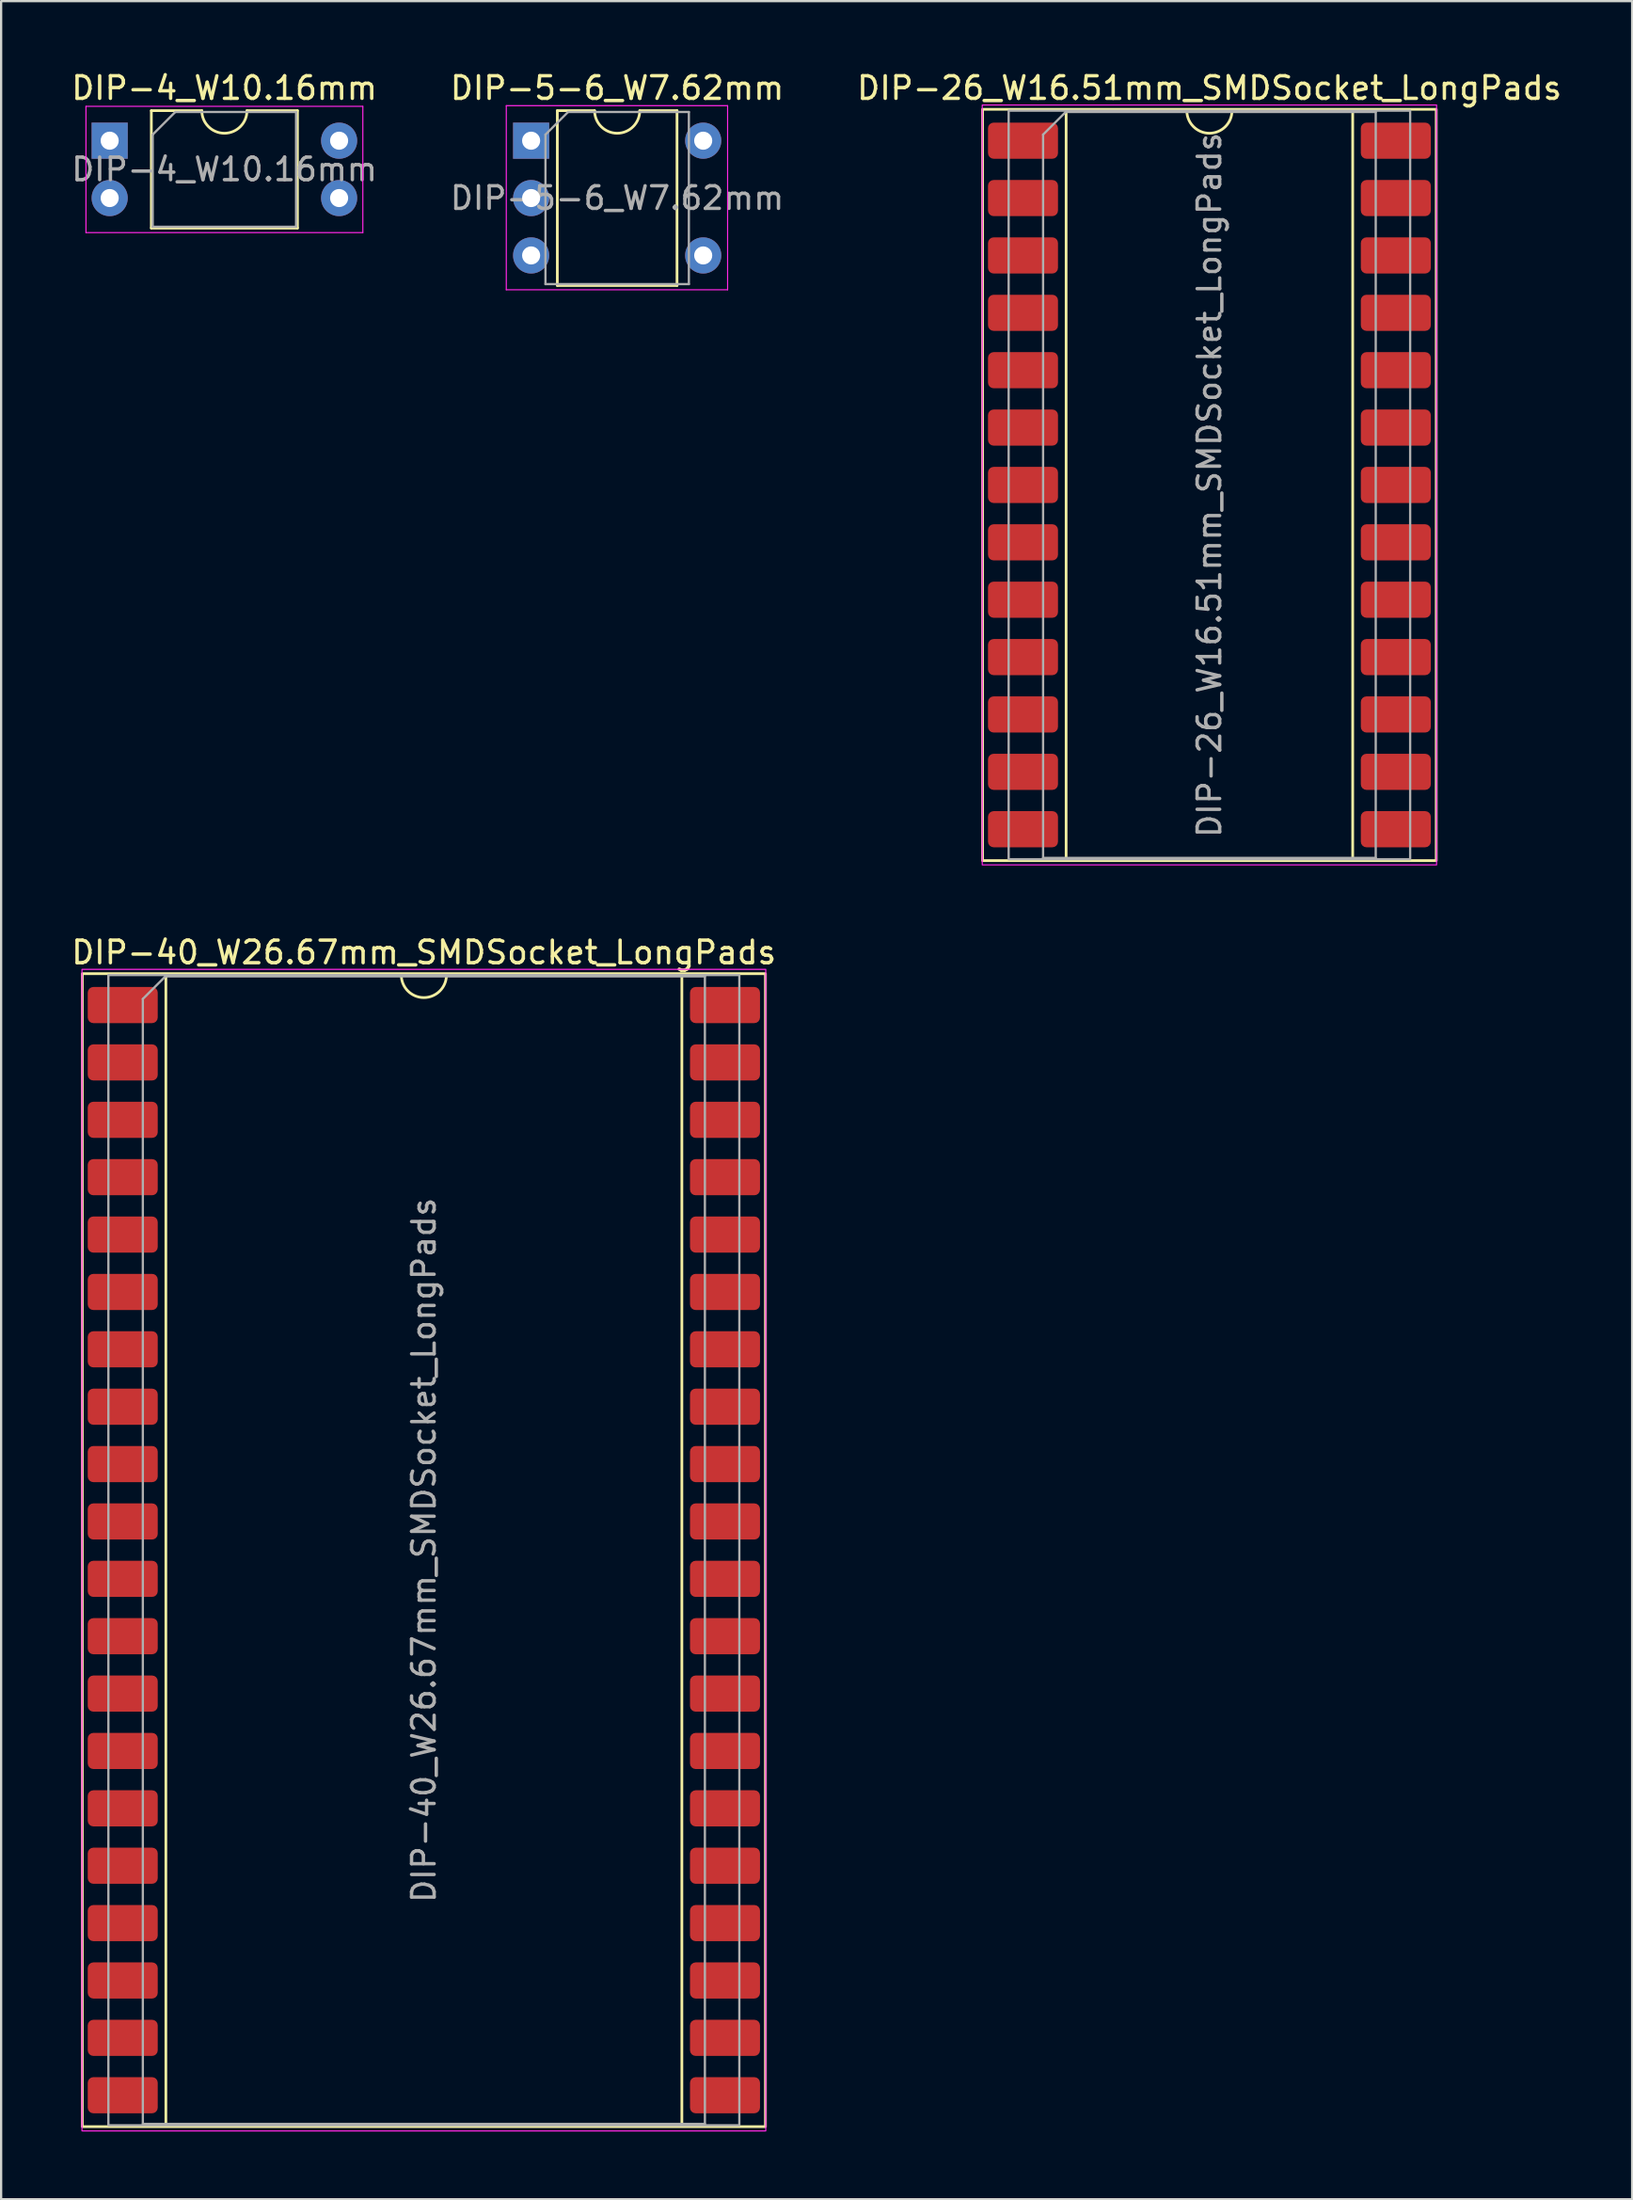
<source format=kicad_pcb>
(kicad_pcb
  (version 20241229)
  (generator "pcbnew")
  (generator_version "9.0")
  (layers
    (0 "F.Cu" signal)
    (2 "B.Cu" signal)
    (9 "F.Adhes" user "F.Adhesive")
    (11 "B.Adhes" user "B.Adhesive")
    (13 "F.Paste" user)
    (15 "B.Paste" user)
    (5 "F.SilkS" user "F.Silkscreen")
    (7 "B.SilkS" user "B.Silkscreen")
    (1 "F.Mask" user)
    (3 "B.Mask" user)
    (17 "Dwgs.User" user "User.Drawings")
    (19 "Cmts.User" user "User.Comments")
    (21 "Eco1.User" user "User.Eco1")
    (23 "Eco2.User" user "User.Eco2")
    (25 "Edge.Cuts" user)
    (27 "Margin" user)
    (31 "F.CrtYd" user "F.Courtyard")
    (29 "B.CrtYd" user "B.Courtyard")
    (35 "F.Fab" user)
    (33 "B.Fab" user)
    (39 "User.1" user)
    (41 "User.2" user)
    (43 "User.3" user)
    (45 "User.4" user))
  (footprint "DIP-40_W26.67mm_SMDSocket_LongPads"
    (layer "F.Cu")
    (at 15.72 65.572)
    (property "Reference" "DIP-40_W26.67mm_SMDSocket_LongPads" (at 0 -26.46 0) (layer "F.SilkS") (effects (font (size 1 1) (thickness 0.15))))
    (attr smd)
    (fp_line (start -11.425 -25.46) (end -11.425 25.46) (stroke (width 0.12) (type solid)) (layer "F.SilkS"))
    (fp_line (start -11.425 25.46) (end 11.425 25.46) (stroke (width 0.12) (type solid)) (layer "F.SilkS"))
    (fp_line (start -1 -25.46) (end -11.425 -25.46) (stroke (width 0.12) (type solid)) (layer "F.SilkS"))
    (fp_line (start 11.425 -25.46) (end 1 -25.46) (stroke (width 0.12) (type solid)) (layer "F.SilkS"))
    (fp_line (start 11.425 25.46) (end 11.425 -25.46) (stroke (width 0.12) (type solid)) (layer "F.SilkS"))
    (fp_rect (start -15.125 -25.52) (end 15.125 25.52) (stroke (width 0.12) (type solid)) (fill no) (layer "F.SilkS"))
    (fp_arc (start 1 -25.46) (mid 0 -24.46) (end -1 -25.46) (stroke (width 0.12) (type solid)) (layer "F.SilkS"))
    (fp_rect (start -15.14 -25.71) (end 15.14 25.71) (stroke (width 0.05) (type solid)) (fill no) (layer "F.CrtYd"))
    (fp_line (start -12.445 -24.4) (end -11.445 -25.4) (stroke (width 0.1) (type solid)) (layer "F.Fab"))
    (fp_line (start -12.445 25.4) (end -12.445 -24.4) (stroke (width 0.1) (type solid)) (layer "F.Fab"))
    (fp_line (start -11.445 -25.4) (end 12.445 -25.4) (stroke (width 0.1) (type solid)) (layer "F.Fab"))
    (fp_line (start 12.445 -25.4) (end 12.445 25.4) (stroke (width 0.1) (type solid)) (layer "F.Fab"))
    (fp_line (start 12.445 25.4) (end -12.445 25.4) (stroke (width 0.1) (type solid)) (layer "F.Fab"))
    (fp_rect (start -13.97 -25.46) (end 13.97 25.46) (stroke (width 0.1) (type solid)) (fill no) (layer "F.Fab"))
    (fp_text user "${REFERENCE}" (at 0 0 90) (layer "F.Fab") (effects (font (size 1 1) (thickness 0.15))))
    (pad "1" smd roundrect (at -13.335 -24.13) (size 3.1 1.6) (layers "F.Cu" "F.Mask" "F.Paste") (roundrect_rratio 0.156))
    (pad "2" smd roundrect (at -13.335 -21.59) (size 3.1 1.6) (layers "F.Cu" "F.Mask" "F.Paste") (roundrect_rratio 0.156))
    (pad "3" smd roundrect (at -13.335 -19.05) (size 3.1 1.6) (layers "F.Cu" "F.Mask" "F.Paste") (roundrect_rratio 0.156))
    (pad "4" smd roundrect (at -13.335 -16.51) (size 3.1 1.6) (layers "F.Cu" "F.Mask" "F.Paste") (roundrect_rratio 0.156))
    (pad "5" smd roundrect (at -13.335 -13.97) (size 3.1 1.6) (layers "F.Cu" "F.Mask" "F.Paste") (roundrect_rratio 0.156))
    (pad "6" smd roundrect (at -13.335 -11.43) (size 3.1 1.6) (layers "F.Cu" "F.Mask" "F.Paste") (roundrect_rratio 0.156))
    (pad "7" smd roundrect (at -13.335 -8.89) (size 3.1 1.6) (layers "F.Cu" "F.Mask" "F.Paste") (roundrect_rratio 0.156))
    (pad "8" smd roundrect (at -13.335 -6.35) (size 3.1 1.6) (layers "F.Cu" "F.Mask" "F.Paste") (roundrect_rratio 0.156))
    (pad "9" smd roundrect (at -13.335 -3.81) (size 3.1 1.6) (layers "F.Cu" "F.Mask" "F.Paste") (roundrect_rratio 0.156))
    (pad "10" smd roundrect (at -13.335 -1.27) (size 3.1 1.6) (layers "F.Cu" "F.Mask" "F.Paste") (roundrect_rratio 0.156))
    (pad "11" smd roundrect (at -13.335 1.27) (size 3.1 1.6) (layers "F.Cu" "F.Mask" "F.Paste") (roundrect_rratio 0.156))
    (pad "12" smd roundrect (at -13.335 3.81) (size 3.1 1.6) (layers "F.Cu" "F.Mask" "F.Paste") (roundrect_rratio 0.156))
    (pad "13" smd roundrect (at -13.335 6.35) (size 3.1 1.6) (layers "F.Cu" "F.Mask" "F.Paste") (roundrect_rratio 0.156))
    (pad "14" smd roundrect (at -13.335 8.89) (size 3.1 1.6) (layers "F.Cu" "F.Mask" "F.Paste") (roundrect_rratio 0.156))
    (pad "15" smd roundrect (at -13.335 11.43) (size 3.1 1.6) (layers "F.Cu" "F.Mask" "F.Paste") (roundrect_rratio 0.156))
    (pad "16" smd roundrect (at -13.335 13.97) (size 3.1 1.6) (layers "F.Cu" "F.Mask" "F.Paste") (roundrect_rratio 0.156))
    (pad "17" smd roundrect (at -13.335 16.51) (size 3.1 1.6) (layers "F.Cu" "F.Mask" "F.Paste") (roundrect_rratio 0.156))
    (pad "18" smd roundrect (at -13.335 19.05) (size 3.1 1.6) (layers "F.Cu" "F.Mask" "F.Paste") (roundrect_rratio 0.156))
    (pad "19" smd roundrect (at -13.335 21.59) (size 3.1 1.6) (layers "F.Cu" "F.Mask" "F.Paste") (roundrect_rratio 0.156))
    (pad "20" smd roundrect (at -13.335 24.13) (size 3.1 1.6) (layers "F.Cu" "F.Mask" "F.Paste") (roundrect_rratio 0.156))
    (pad "21" smd roundrect (at 13.335 24.13) (size 3.1 1.6) (layers "F.Cu" "F.Mask" "F.Paste") (roundrect_rratio 0.156))
    (pad "22" smd roundrect (at 13.335 21.59) (size 3.1 1.6) (layers "F.Cu" "F.Mask" "F.Paste") (roundrect_rratio 0.156))
    (pad "23" smd roundrect (at 13.335 19.05) (size 3.1 1.6) (layers "F.Cu" "F.Mask" "F.Paste") (roundrect_rratio 0.156))
    (pad "24" smd roundrect (at 13.335 16.51) (size 3.1 1.6) (layers "F.Cu" "F.Mask" "F.Paste") (roundrect_rratio 0.156))
    (pad "25" smd roundrect (at 13.335 13.97) (size 3.1 1.6) (layers "F.Cu" "F.Mask" "F.Paste") (roundrect_rratio 0.156))
    (pad "26" smd roundrect (at 13.335 11.43) (size 3.1 1.6) (layers "F.Cu" "F.Mask" "F.Paste") (roundrect_rratio 0.156))
    (pad "27" smd roundrect (at 13.335 8.89) (size 3.1 1.6) (layers "F.Cu" "F.Mask" "F.Paste") (roundrect_rratio 0.156))
    (pad "28" smd roundrect (at 13.335 6.35) (size 3.1 1.6) (layers "F.Cu" "F.Mask" "F.Paste") (roundrect_rratio 0.156))
    (pad "29" smd roundrect (at 13.335 3.81) (size 3.1 1.6) (layers "F.Cu" "F.Mask" "F.Paste") (roundrect_rratio 0.156))
    (pad "30" smd roundrect (at 13.335 1.27) (size 3.1 1.6) (layers "F.Cu" "F.Mask" "F.Paste") (roundrect_rratio 0.156))
    (pad "31" smd roundrect (at 13.335 -1.27) (size 3.1 1.6) (layers "F.Cu" "F.Mask" "F.Paste") (roundrect_rratio 0.156))
    (pad "32" smd roundrect (at 13.335 -3.81) (size 3.1 1.6) (layers "F.Cu" "F.Mask" "F.Paste") (roundrect_rratio 0.156))
    (pad "33" smd roundrect (at 13.335 -6.35) (size 3.1 1.6) (layers "F.Cu" "F.Mask" "F.Paste") (roundrect_rratio 0.156))
    (pad "34" smd roundrect (at 13.335 -8.89) (size 3.1 1.6) (layers "F.Cu" "F.Mask" "F.Paste") (roundrect_rratio 0.156))
    (pad "35" smd roundrect (at 13.335 -11.43) (size 3.1 1.6) (layers "F.Cu" "F.Mask" "F.Paste") (roundrect_rratio 0.156))
    (pad "36" smd roundrect (at 13.335 -13.97) (size 3.1 1.6) (layers "F.Cu" "F.Mask" "F.Paste") (roundrect_rratio 0.156))
    (pad "37" smd roundrect (at 13.335 -16.51) (size 3.1 1.6) (layers "F.Cu" "F.Mask" "F.Paste") (roundrect_rratio 0.156))
    (pad "38" smd roundrect (at 13.335 -19.05) (size 3.1 1.6) (layers "F.Cu" "F.Mask" "F.Paste") (roundrect_rratio 0.156))
    (pad "39" smd roundrect (at 13.335 -21.59) (size 3.1 1.6) (layers "F.Cu" "F.Mask" "F.Paste") (roundrect_rratio 0.156))
    (pad "40" smd roundrect (at 13.335 -24.13) (size 3.1 1.6) (layers "F.Cu" "F.Mask" "F.Paste") (roundrect_rratio 0.156)))
  (footprint "DIP-4_W10.16mm"
    (layer "F.Cu")
    (at 1.807 3.178)
    (property "Reference" "DIP-4_W10.16mm" (at 5.08 -2.33 0) (layer "F.SilkS") (effects (font (size 1 1) (thickness 0.15))))
    (attr through_hole)
    (fp_line (start 1.845 -1.33) (end 1.845 3.87) (stroke (width 0.12) (type solid)) (layer "F.SilkS"))
    (fp_line (start 1.845 3.87) (end 8.315 3.87) (stroke (width 0.12) (type solid)) (layer "F.SilkS"))
    (fp_line (start 4.08 -1.33) (end 1.845 -1.33) (stroke (width 0.12) (type solid)) (layer "F.SilkS"))
    (fp_line (start 8.315 -1.33) (end 6.08 -1.33) (stroke (width 0.12) (type solid)) (layer "F.SilkS"))
    (fp_line (start 8.315 3.87) (end 8.315 -1.33) (stroke (width 0.12) (type solid)) (layer "F.SilkS"))
    (fp_arc (start 6.08 -1.33) (mid 5.08 -0.33) (end 4.08 -1.33) (stroke (width 0.12) (type solid)) (layer "F.SilkS"))
    (fp_line (start -1.05 -1.52) (end -1.05 4.07) (stroke (width 0.05) (type solid)) (layer "F.CrtYd"))
    (fp_line (start -1.05 4.07) (end 11.21 4.07) (stroke (width 0.05) (type solid)) (layer "F.CrtYd"))
    (fp_line (start 11.21 -1.52) (end -1.05 -1.52) (stroke (width 0.05) (type solid)) (layer "F.CrtYd"))
    (fp_line (start 11.21 4.07) (end 11.21 -1.52) (stroke (width 0.05) (type solid)) (layer "F.CrtYd"))
    (fp_line (start 1.905 -0.27) (end 2.905 -1.27) (stroke (width 0.1) (type solid)) (layer "F.Fab"))
    (fp_line (start 1.905 3.81) (end 1.905 -0.27) (stroke (width 0.1) (type solid)) (layer "F.Fab"))
    (fp_line (start 2.905 -1.27) (end 8.255 -1.27) (stroke (width 0.1) (type solid)) (layer "F.Fab"))
    (fp_line (start 8.255 -1.27) (end 8.255 3.81) (stroke (width 0.1) (type solid)) (layer "F.Fab"))
    (fp_line (start 8.255 3.81) (end 1.905 3.81) (stroke (width 0.1) (type solid)) (layer "F.Fab"))
    (fp_text user "${REFERENCE}" (at 5.08 1.27 0) (layer "F.Fab") (effects (font (size 1 1) (thickness 0.15))))
    (pad "1" thru_hole rect (at 0 0) (size 1.6 1.6) (drill 0.8) (layers "*.Cu" "*.Mask"))
    (pad "2" thru_hole circle (at 0 2.54) (size 1.6 1.6) (drill 0.8) (layers "*.Cu" "*.Mask"))
    (pad "3" thru_hole circle (at 10.16 2.54) (size 1.6 1.6) (drill 0.8) (layers "*.Cu" "*.Mask"))
    (pad "4" thru_hole circle (at 10.16 0) (size 1.6 1.6) (drill 0.8) (layers "*.Cu" "*.Mask")))
  (footprint "DIP-5-6_W7.62mm"
    (layer "F.Cu")
    (at 20.47 3.178)
    (property "Reference" "DIP-5-6_W7.62mm" (at 3.81 -2.33 0) (layer "F.SilkS") (effects (font (size 1 1) (thickness 0.15))))
    (attr through_hole)
    (fp_line (start 1.16 -1.33) (end 1.16 6.41) (stroke (width 0.12) (type solid)) (layer "F.SilkS"))
    (fp_line (start 1.16 6.41) (end 6.46 6.41) (stroke (width 0.12) (type solid)) (layer "F.SilkS"))
    (fp_line (start 2.81 -1.33) (end 1.16 -1.33) (stroke (width 0.12) (type solid)) (layer "F.SilkS"))
    (fp_line (start 6.46 -1.33) (end 4.81 -1.33) (stroke (width 0.12) (type solid)) (layer "F.SilkS"))
    (fp_line (start 6.46 6.41) (end 6.46 -1.33) (stroke (width 0.12) (type solid)) (layer "F.SilkS"))
    (fp_arc (start 4.81 -1.33) (mid 3.81 -0.33) (end 2.81 -1.33) (stroke (width 0.12) (type solid)) (layer "F.SilkS"))
    (fp_line (start -1.1 -1.55) (end -1.1 6.6) (stroke (width 0.05) (type solid)) (layer "F.CrtYd"))
    (fp_line (start -1.1 6.6) (end 8.7 6.6) (stroke (width 0.05) (type solid)) (layer "F.CrtYd"))
    (fp_line (start 8.7 -1.55) (end -1.1 -1.55) (stroke (width 0.05) (type solid)) (layer "F.CrtYd"))
    (fp_line (start 8.7 6.6) (end 8.7 -1.55) (stroke (width 0.05) (type solid)) (layer "F.CrtYd"))
    (fp_line (start 0.635 -0.27) (end 1.635 -1.27) (stroke (width 0.1) (type solid)) (layer "F.Fab"))
    (fp_line (start 0.635 6.35) (end 0.635 -0.27) (stroke (width 0.1) (type solid)) (layer "F.Fab"))
    (fp_line (start 1.635 -1.27) (end 6.985 -1.27) (stroke (width 0.1) (type solid)) (layer "F.Fab"))
    (fp_line (start 6.985 -1.27) (end 6.985 6.35) (stroke (width 0.1) (type solid)) (layer "F.Fab"))
    (fp_line (start 6.985 6.35) (end 0.635 6.35) (stroke (width 0.1) (type solid)) (layer "F.Fab"))
    (fp_text user "${REFERENCE}" (at 3.81 2.54 0) (layer "F.Fab") (effects (font (size 1 1) (thickness 0.15))))
    (pad "1" thru_hole rect (at 0 0) (size 1.6 1.6) (drill 0.8) (layers "*.Cu" "*.Mask"))
    (pad "2" thru_hole oval (at 0 2.54) (size 1.6 1.6) (drill 0.8) (layers "*.Cu" "*.Mask"))
    (pad "3" thru_hole oval (at 0 5.08) (size 1.6 1.6) (drill 0.8) (layers "*.Cu" "*.Mask"))
    (pad "4" thru_hole oval (at 7.62 5.08) (size 1.6 1.6) (drill 0.8) (layers "*.Cu" "*.Mask"))
    (pad "6" thru_hole oval (at 7.62 0) (size 1.6 1.6) (drill 0.8) (layers "*.Cu" "*.Mask")))
  (footprint "DIP-26_W16.51mm_SMDSocket_LongPads"
    (layer "F.Cu")
    (at 50.506 18.418)
    (property "Reference" "DIP-26_W16.51mm_SMDSocket_LongPads" (at 0 -17.57 0) (layer "F.SilkS") (effects (font (size 1 1) (thickness 0.15))))
    (attr smd)
    (fp_line (start -6.345 -16.57) (end -6.345 16.57) (stroke (width 0.12) (type solid)) (layer "F.SilkS"))
    (fp_line (start -6.345 16.57) (end 6.345 16.57) (stroke (width 0.12) (type solid)) (layer "F.SilkS"))
    (fp_line (start -1 -16.57) (end -6.345 -16.57) (stroke (width 0.12) (type solid)) (layer "F.SilkS"))
    (fp_line (start 6.345 -16.57) (end 1 -16.57) (stroke (width 0.12) (type solid)) (layer "F.SilkS"))
    (fp_line (start 6.345 16.57) (end 6.345 -16.57) (stroke (width 0.12) (type solid)) (layer "F.SilkS"))
    (fp_rect (start -10.045 -16.63) (end 10.045 16.63) (stroke (width 0.12) (type solid)) (fill no) (layer "F.SilkS"))
    (fp_arc (start 1 -16.57) (mid 0 -15.57) (end -1 -16.57) (stroke (width 0.12) (type solid)) (layer "F.SilkS"))
    (fp_rect (start -10.06 -16.82) (end 10.06 16.82) (stroke (width 0.05) (type solid)) (fill no) (layer "F.CrtYd"))
    (fp_line (start -7.365 -15.51) (end -6.365 -16.51) (stroke (width 0.1) (type solid)) (layer "F.Fab"))
    (fp_line (start -7.365 16.51) (end -7.365 -15.51) (stroke (width 0.1) (type solid)) (layer "F.Fab"))
    (fp_line (start -6.365 -16.51) (end 7.365 -16.51) (stroke (width 0.1) (type solid)) (layer "F.Fab"))
    (fp_line (start 7.365 -16.51) (end 7.365 16.51) (stroke (width 0.1) (type solid)) (layer "F.Fab"))
    (fp_line (start 7.365 16.51) (end -7.365 16.51) (stroke (width 0.1) (type solid)) (layer "F.Fab"))
    (fp_rect (start -8.89 -16.57) (end 8.89 16.57) (stroke (width 0.1) (type solid)) (fill no) (layer "F.Fab"))
    (fp_text user "${REFERENCE}" (at 0 0 90) (layer "F.Fab") (effects (font (size 1 1) (thickness 0.15))))
    (pad "1" smd roundrect (at -8.255 -15.24) (size 3.1 1.6) (layers "F.Cu" "F.Mask" "F.Paste") (roundrect_rratio 0.156))
    (pad "2" smd roundrect (at -8.255 -12.7) (size 3.1 1.6) (layers "F.Cu" "F.Mask" "F.Paste") (roundrect_rratio 0.156))
    (pad "3" smd roundrect (at -8.255 -10.16) (size 3.1 1.6) (layers "F.Cu" "F.Mask" "F.Paste") (roundrect_rratio 0.156))
    (pad "4" smd roundrect (at -8.255 -7.62) (size 3.1 1.6) (layers "F.Cu" "F.Mask" "F.Paste") (roundrect_rratio 0.156))
    (pad "5" smd roundrect (at -8.255 -5.08) (size 3.1 1.6) (layers "F.Cu" "F.Mask" "F.Paste") (roundrect_rratio 0.156))
    (pad "6" smd roundrect (at -8.255 -2.54) (size 3.1 1.6) (layers "F.Cu" "F.Mask" "F.Paste") (roundrect_rratio 0.156))
    (pad "7" smd roundrect (at -8.255 0) (size 3.1 1.6) (layers "F.Cu" "F.Mask" "F.Paste") (roundrect_rratio 0.156))
    (pad "8" smd roundrect (at -8.255 2.54) (size 3.1 1.6) (layers "F.Cu" "F.Mask" "F.Paste") (roundrect_rratio 0.156))
    (pad "9" smd roundrect (at -8.255 5.08) (size 3.1 1.6) (layers "F.Cu" "F.Mask" "F.Paste") (roundrect_rratio 0.156))
    (pad "10" smd roundrect (at -8.255 7.62) (size 3.1 1.6) (layers "F.Cu" "F.Mask" "F.Paste") (roundrect_rratio 0.156))
    (pad "11" smd roundrect (at -8.255 10.16) (size 3.1 1.6) (layers "F.Cu" "F.Mask" "F.Paste") (roundrect_rratio 0.156))
    (pad "12" smd roundrect (at -8.255 12.7) (size 3.1 1.6) (layers "F.Cu" "F.Mask" "F.Paste") (roundrect_rratio 0.156))
    (pad "13" smd roundrect (at -8.255 15.24) (size 3.1 1.6) (layers "F.Cu" "F.Mask" "F.Paste") (roundrect_rratio 0.156))
    (pad "14" smd roundrect (at 8.255 15.24) (size 3.1 1.6) (layers "F.Cu" "F.Mask" "F.Paste") (roundrect_rratio 0.156))
    (pad "15" smd roundrect (at 8.255 12.7) (size 3.1 1.6) (layers "F.Cu" "F.Mask" "F.Paste") (roundrect_rratio 0.156))
    (pad "16" smd roundrect (at 8.255 10.16) (size 3.1 1.6) (layers "F.Cu" "F.Mask" "F.Paste") (roundrect_rratio 0.156))
    (pad "17" smd roundrect (at 8.255 7.62) (size 3.1 1.6) (layers "F.Cu" "F.Mask" "F.Paste") (roundrect_rratio 0.156))
    (pad "18" smd roundrect (at 8.255 5.08) (size 3.1 1.6) (layers "F.Cu" "F.Mask" "F.Paste") (roundrect_rratio 0.156))
    (pad "19" smd roundrect (at 8.255 2.54) (size 3.1 1.6) (layers "F.Cu" "F.Mask" "F.Paste") (roundrect_rratio 0.156))
    (pad "20" smd roundrect (at 8.255 0) (size 3.1 1.6) (layers "F.Cu" "F.Mask" "F.Paste") (roundrect_rratio 0.156))
    (pad "21" smd roundrect (at 8.255 -2.54) (size 3.1 1.6) (layers "F.Cu" "F.Mask" "F.Paste") (roundrect_rratio 0.156))
    (pad "22" smd roundrect (at 8.255 -5.08) (size 3.1 1.6) (layers "F.Cu" "F.Mask" "F.Paste") (roundrect_rratio 0.156))
    (pad "23" smd roundrect (at 8.255 -7.62) (size 3.1 1.6) (layers "F.Cu" "F.Mask" "F.Paste") (roundrect_rratio 0.156))
    (pad "24" smd roundrect (at 8.255 -10.16) (size 3.1 1.6) (layers "F.Cu" "F.Mask" "F.Paste") (roundrect_rratio 0.156))
    (pad "25" smd roundrect (at 8.255 -12.7) (size 3.1 1.6) (layers "F.Cu" "F.Mask" "F.Paste") (roundrect_rratio 0.156))
    (pad "26" smd roundrect (at 8.255 -15.24) (size 3.1 1.6) (layers "F.Cu" "F.Mask" "F.Paste") (roundrect_rratio 0.156)))
  (gr_rect
    (start -3 -3)
    (end 69.226 94.306)
    (stroke (width 0.1) (type default))
    (fill no)
    (layer "Edge.Cuts")))
</source>
